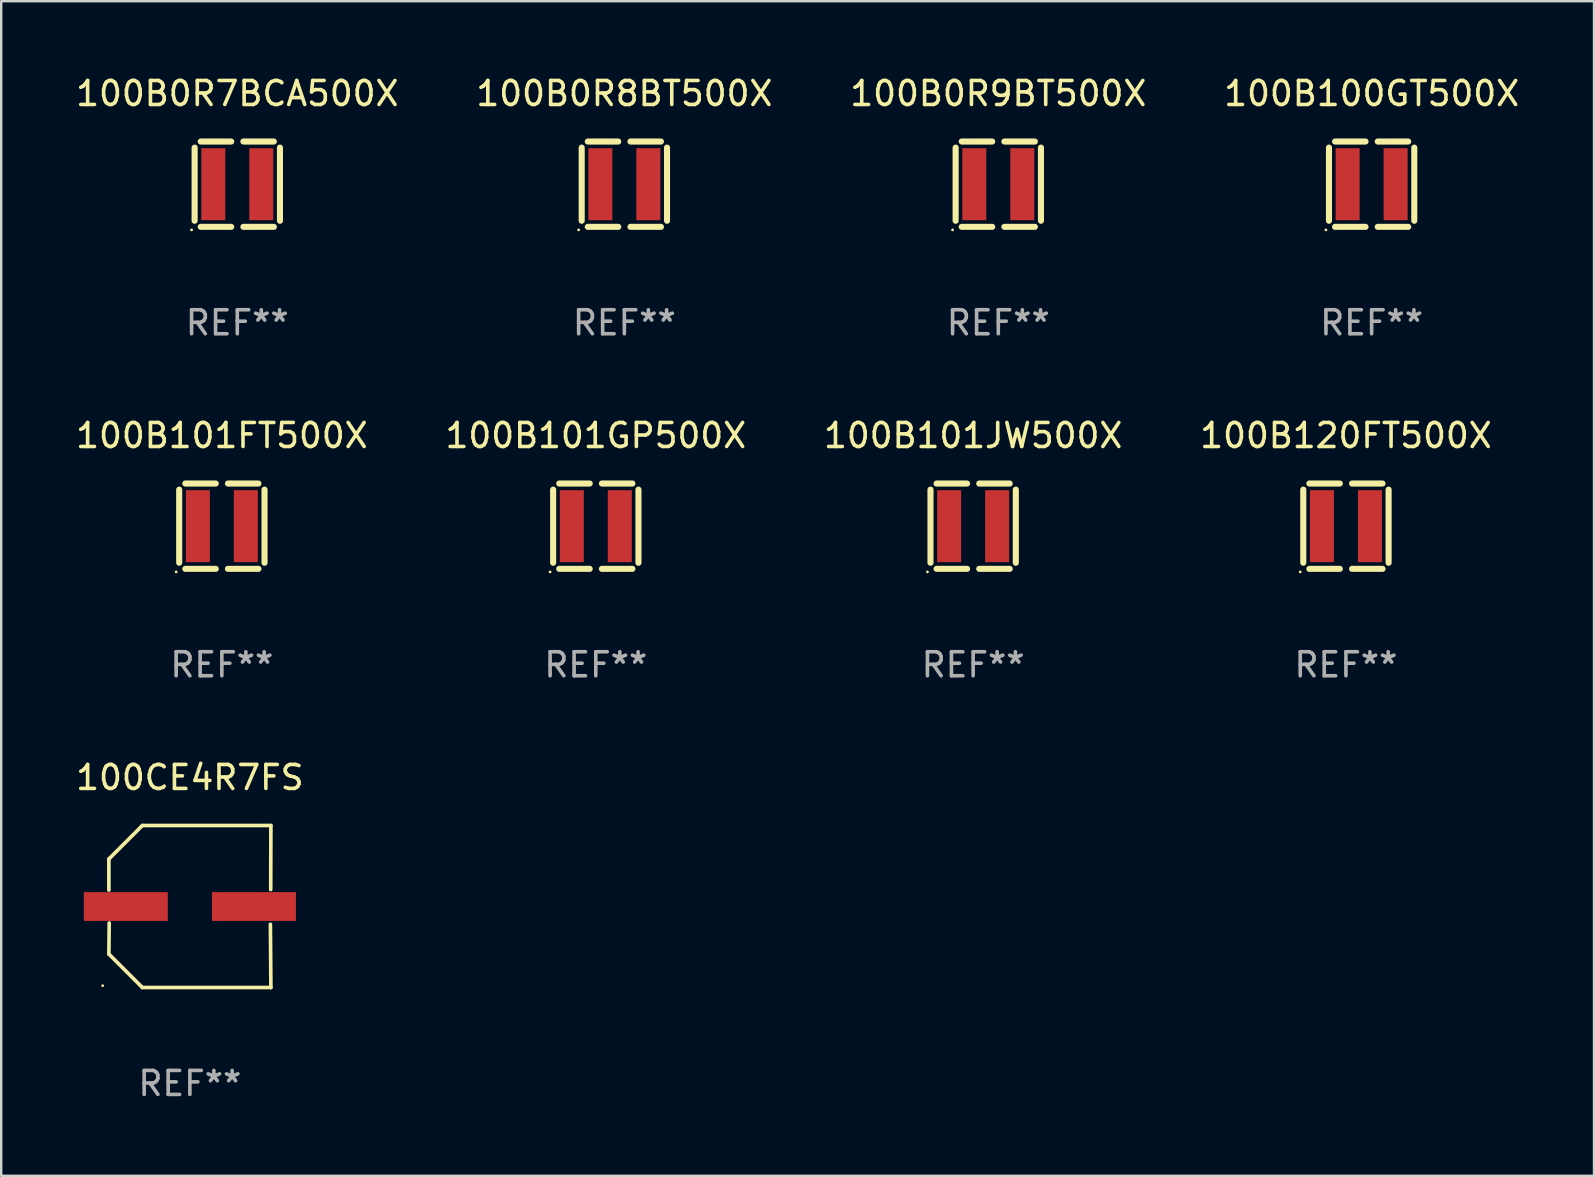
<source format=kicad_pcb>
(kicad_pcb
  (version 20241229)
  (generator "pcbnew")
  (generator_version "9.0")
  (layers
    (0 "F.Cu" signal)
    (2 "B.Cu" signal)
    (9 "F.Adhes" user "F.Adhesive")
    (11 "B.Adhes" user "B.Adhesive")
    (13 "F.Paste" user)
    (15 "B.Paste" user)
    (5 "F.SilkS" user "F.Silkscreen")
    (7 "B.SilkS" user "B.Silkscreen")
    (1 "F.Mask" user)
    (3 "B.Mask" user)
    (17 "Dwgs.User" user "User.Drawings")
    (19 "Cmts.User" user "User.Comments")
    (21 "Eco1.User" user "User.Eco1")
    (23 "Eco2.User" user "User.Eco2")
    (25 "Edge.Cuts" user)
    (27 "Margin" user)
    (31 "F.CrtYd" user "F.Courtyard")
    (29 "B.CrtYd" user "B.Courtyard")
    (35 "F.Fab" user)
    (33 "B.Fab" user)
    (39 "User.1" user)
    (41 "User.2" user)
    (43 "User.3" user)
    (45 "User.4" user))
  (footprint "100B0R9BT500X"
    (layer "F.Cu")
    (at 38.554 4.626)
    (property "Reference" "100B0R9BT500X" (at 0 -3.778 0) (layer "F.SilkS") (effects (font (size 1 1) (thickness 0.15))))
    (attr through_hole)
    (fp_line (start -1.778 -1.524) (end -1.778 1.524) (stroke (width 0.254) (type solid)) (layer "F.SilkS"))
    (fp_line (start -1.524 1.778) (end -0.254 1.778) (stroke (width 0.254) (type solid)) (layer "F.SilkS"))
    (fp_line (start -0.254 -1.778) (end -1.524 -1.778) (stroke (width 0.254) (type solid)) (layer "F.SilkS"))
    (fp_line (start 0.254 -1.778) (end 1.524 -1.778) (stroke (width 0.254) (type solid)) (layer "F.SilkS"))
    (fp_line (start 1.524 1.778) (end 0.254 1.778) (stroke (width 0.254) (type solid)) (layer "F.SilkS"))
    (fp_line (start 1.778 -1.524) (end 1.778 1.524) (stroke (width 0.254) (type solid)) (layer "F.SilkS"))
    (fp_circle (center -1.905 1.905) (end -1.875 1.905) (stroke (width 0.06) (type solid)) (fill no) (layer "F.SilkS"))
    (fp_text user "REF**" (at 0 5.778 0) (layer "F.Fab") (effects (font (size 1 1) (thickness 0.15))))
    (pad "1" smd rect (at -1 0) (size 1 3) (layers "F.Cu" "F.Mask" "F.Paste"))
    (pad "2" smd rect (at 1 0) (size 1 3) (layers "F.Cu" "F.Mask" "F.Paste")))
  (footprint "100B120FT500X"
    (layer "F.Cu")
    (at 53.042 18.879)
    (property "Reference" "100B120FT500X" (at 0 -3.778 0) (layer "F.SilkS") (effects (font (size 1 1) (thickness 0.15))))
    (attr through_hole)
    (fp_line (start -1.778 -1.524) (end -1.778 1.524) (stroke (width 0.254) (type solid)) (layer "F.SilkS"))
    (fp_line (start -1.524 1.778) (end -0.254 1.778) (stroke (width 0.254) (type solid)) (layer "F.SilkS"))
    (fp_line (start -0.254 -1.778) (end -1.524 -1.778) (stroke (width 0.254) (type solid)) (layer "F.SilkS"))
    (fp_line (start 0.254 -1.778) (end 1.524 -1.778) (stroke (width 0.254) (type solid)) (layer "F.SilkS"))
    (fp_line (start 1.524 1.778) (end 0.254 1.778) (stroke (width 0.254) (type solid)) (layer "F.SilkS"))
    (fp_line (start 1.778 -1.524) (end 1.778 1.524) (stroke (width 0.254) (type solid)) (layer "F.SilkS"))
    (fp_circle (center -1.905 1.905) (end -1.875 1.905) (stroke (width 0.06) (type solid)) (fill no) (layer "F.SilkS"))
    (fp_text user "REF**" (at 0 5.778 0) (layer "F.Fab") (effects (font (size 1 1) (thickness 0.15))))
    (pad "1" smd rect (at -1 0) (size 1 3) (layers "F.Cu" "F.Mask" "F.Paste"))
    (pad "2" smd rect (at 1 0) (size 1 3) (layers "F.Cu" "F.Mask" "F.Paste")))
  (footprint "100B101GP500X"
    (layer "F.Cu")
    (at 21.78 18.879)
    (property "Reference" "100B101GP500X" (at 0 -3.778 0) (layer "F.SilkS") (effects (font (size 1 1) (thickness 0.15))))
    (attr through_hole)
    (fp_line (start -1.778 -1.524) (end -1.778 1.524) (stroke (width 0.254) (type solid)) (layer "F.SilkS"))
    (fp_line (start -1.524 1.778) (end -0.254 1.778) (stroke (width 0.254) (type solid)) (layer "F.SilkS"))
    (fp_line (start -0.254 -1.778) (end -1.524 -1.778) (stroke (width 0.254) (type solid)) (layer "F.SilkS"))
    (fp_line (start 0.254 -1.778) (end 1.524 -1.778) (stroke (width 0.254) (type solid)) (layer "F.SilkS"))
    (fp_line (start 1.524 1.778) (end 0.254 1.778) (stroke (width 0.254) (type solid)) (layer "F.SilkS"))
    (fp_line (start 1.778 -1.524) (end 1.778 1.524) (stroke (width 0.254) (type solid)) (layer "F.SilkS"))
    (fp_circle (center -1.905 1.905) (end -1.875 1.905) (stroke (width 0.06) (type solid)) (fill no) (layer "F.SilkS"))
    (fp_text user "REF**" (at 0 5.778 0) (layer "F.Fab") (effects (font (size 1 1) (thickness 0.15))))
    (pad "1" smd rect (at -1 0) (size 1 3) (layers "F.Cu" "F.Mask" "F.Paste"))
    (pad "2" smd rect (at 1 0) (size 1 3) (layers "F.Cu" "F.Mask" "F.Paste")))
  (footprint "100CE4R7FS"
    (layer "F.Cu")
    (at 4.863 34.729)
    (property "Reference" "100CE4R7FS" (at 0 -5.376 0) (layer "F.SilkS") (effects (font (size 1 1) (thickness 0.15))))
    (attr through_hole)
    (fp_line (start -3.376 -1.98) (end -3.376 -0.686) (stroke (width 0.152) (type solid)) (layer "F.SilkS"))
    (fp_line (start -3.376 1.981) (end -3.362 0.686) (stroke (width 0.152) (type solid)) (layer "F.SilkS"))
    (fp_line (start -1.981 3.376) (end -3.376 1.981) (stroke (width 0.152) (type solid)) (layer "F.SilkS"))
    (fp_line (start -1.98 -3.376) (end -3.376 -1.98) (stroke (width 0.152) (type solid)) (layer "F.SilkS"))
    (fp_line (start 3.356 0.74) (end 3.376 3.376) (stroke (width 0.152) (type solid)) (layer "F.SilkS"))
    (fp_line (start 3.369 -0.707) (end 3.376 -3.376) (stroke (width 0.152) (type solid)) (layer "F.SilkS"))
    (fp_line (start 3.376 3.376) (end -1.981 3.376) (stroke (width 0.152) (type solid)) (layer "F.SilkS"))
    (fp_line (start 3.376 -3.376) (end -1.98 -3.376) (stroke (width 0.152) (type solid)) (layer "F.SilkS"))
    (fp_circle (center -3.634 3.3) (end -3.604 3.3) (stroke (width 0.06) (type solid)) (fill no) (layer "F.SilkS"))
    (fp_text user "REF**" (at 0 7.376 0) (layer "F.Fab") (effects (font (size 1 1) (thickness 0.15))))
    (pad "1" smd rect (at -2.67 0.000254) (size 3.5 1.2) (layers "F.Cu" "F.Mask" "F.Paste"))
    (pad "2" smd rect (at 2.67 0.000254) (size 3.5 1.2) (layers "F.Cu" "F.Mask" "F.Paste")))
  (footprint "100B101FT500X"
    (layer "F.Cu")
    (at 6.196 18.879)
    (property "Reference" "100B101FT500X" (at 0 -3.778 0) (layer "F.SilkS") (effects (font (size 1 1) (thickness 0.15))))
    (attr through_hole)
    (fp_line (start -1.778 -1.524) (end -1.778 1.524) (stroke (width 0.254) (type solid)) (layer "F.SilkS"))
    (fp_line (start -1.524 1.778) (end -0.254 1.778) (stroke (width 0.254) (type solid)) (layer "F.SilkS"))
    (fp_line (start -0.254 -1.778) (end -1.524 -1.778) (stroke (width 0.254) (type solid)) (layer "F.SilkS"))
    (fp_line (start 0.254 -1.778) (end 1.524 -1.778) (stroke (width 0.254) (type solid)) (layer "F.SilkS"))
    (fp_line (start 1.524 1.778) (end 0.254 1.778) (stroke (width 0.254) (type solid)) (layer "F.SilkS"))
    (fp_line (start 1.778 -1.524) (end 1.778 1.524) (stroke (width 0.254) (type solid)) (layer "F.SilkS"))
    (fp_circle (center -1.905 1.905) (end -1.875 1.905) (stroke (width 0.06) (type solid)) (fill no) (layer "F.SilkS"))
    (fp_text user "REF**" (at 0 5.778 0) (layer "F.Fab") (effects (font (size 1 1) (thickness 0.15))))
    (pad "1" smd rect (at -1 0) (size 1 3) (layers "F.Cu" "F.Mask" "F.Paste"))
    (pad "2" smd rect (at 1 0) (size 1 3) (layers "F.Cu" "F.Mask" "F.Paste")))
  (footprint "100B0R7BCA500X"
    (layer "F.Cu")
    (at 6.839 4.626)
    (property "Reference" "100B0R7BCA500X" (at 0 -3.778 0) (layer "F.SilkS") (effects (font (size 1 1) (thickness 0.15))))
    (attr through_hole)
    (fp_line (start -1.778 -1.524) (end -1.778 1.524) (stroke (width 0.254) (type solid)) (layer "F.SilkS"))
    (fp_line (start -1.524 1.778) (end -0.254 1.778) (stroke (width 0.254) (type solid)) (layer "F.SilkS"))
    (fp_line (start -0.254 -1.778) (end -1.524 -1.778) (stroke (width 0.254) (type solid)) (layer "F.SilkS"))
    (fp_line (start 0.254 -1.778) (end 1.524 -1.778) (stroke (width 0.254) (type solid)) (layer "F.SilkS"))
    (fp_line (start 1.524 1.778) (end 0.254 1.778) (stroke (width 0.254) (type solid)) (layer "F.SilkS"))
    (fp_line (start 1.778 -1.524) (end 1.778 1.524) (stroke (width 0.254) (type solid)) (layer "F.SilkS"))
    (fp_circle (center -1.905 1.905) (end -1.875 1.905) (stroke (width 0.06) (type solid)) (fill no) (layer "F.SilkS"))
    (fp_text user "REF**" (at 0 5.778 0) (layer "F.Fab") (effects (font (size 1 1) (thickness 0.15))))
    (pad "1" smd rect (at -1 0) (size 1 3) (layers "F.Cu" "F.Mask" "F.Paste"))
    (pad "2" smd rect (at 1 0) (size 1 3) (layers "F.Cu" "F.Mask" "F.Paste")))
  (footprint "100B101JW500X"
    (layer "F.Cu")
    (at 37.506 18.879)
    (property "Reference" "100B101JW500X" (at 0 -3.778 0) (layer "F.SilkS") (effects (font (size 1 1) (thickness 0.15))))
    (attr through_hole)
    (fp_line (start -1.778 -1.524) (end -1.778 1.524) (stroke (width 0.254) (type solid)) (layer "F.SilkS"))
    (fp_line (start -1.524 1.778) (end -0.254 1.778) (stroke (width 0.254) (type solid)) (layer "F.SilkS"))
    (fp_line (start -0.254 -1.778) (end -1.524 -1.778) (stroke (width 0.254) (type solid)) (layer "F.SilkS"))
    (fp_line (start 0.254 -1.778) (end 1.524 -1.778) (stroke (width 0.254) (type solid)) (layer "F.SilkS"))
    (fp_line (start 1.524 1.778) (end 0.254 1.778) (stroke (width 0.254) (type solid)) (layer "F.SilkS"))
    (fp_line (start 1.778 -1.524) (end 1.778 1.524) (stroke (width 0.254) (type solid)) (layer "F.SilkS"))
    (fp_circle (center -1.905 1.905) (end -1.875 1.905) (stroke (width 0.06) (type solid)) (fill no) (layer "F.SilkS"))
    (fp_text user "REF**" (at 0 5.778 0) (layer "F.Fab") (effects (font (size 1 1) (thickness 0.15))))
    (pad "1" smd rect (at -1 0) (size 1 3) (layers "F.Cu" "F.Mask" "F.Paste"))
    (pad "2" smd rect (at 1 0) (size 1 3) (layers "F.Cu" "F.Mask" "F.Paste")))
  (footprint "100B0R8BT500X"
    (layer "F.Cu")
    (at 22.97 4.626)
    (property "Reference" "100B0R8BT500X" (at 0 -3.778 0) (layer "F.SilkS") (effects (font (size 1 1) (thickness 0.15))))
    (attr through_hole)
    (fp_line (start -1.778 -1.524) (end -1.778 1.524) (stroke (width 0.254) (type solid)) (layer "F.SilkS"))
    (fp_line (start -1.524 1.778) (end -0.254 1.778) (stroke (width 0.254) (type solid)) (layer "F.SilkS"))
    (fp_line (start -0.254 -1.778) (end -1.524 -1.778) (stroke (width 0.254) (type solid)) (layer "F.SilkS"))
    (fp_line (start 0.254 -1.778) (end 1.524 -1.778) (stroke (width 0.254) (type solid)) (layer "F.SilkS"))
    (fp_line (start 1.524 1.778) (end 0.254 1.778) (stroke (width 0.254) (type solid)) (layer "F.SilkS"))
    (fp_line (start 1.778 -1.524) (end 1.778 1.524) (stroke (width 0.254) (type solid)) (layer "F.SilkS"))
    (fp_circle (center -1.905 1.905) (end -1.875 1.905) (stroke (width 0.06) (type solid)) (fill no) (layer "F.SilkS"))
    (fp_text user "REF**" (at 0 5.778 0) (layer "F.Fab") (effects (font (size 1 1) (thickness 0.15))))
    (pad "1" smd rect (at -1 0) (size 1 3) (layers "F.Cu" "F.Mask" "F.Paste"))
    (pad "2" smd rect (at 1 0) (size 1 3) (layers "F.Cu" "F.Mask" "F.Paste")))
  (footprint "100B100GT500X"
    (layer "F.Cu")
    (at 54.113 4.626)
    (property "Reference" "100B100GT500X" (at 0 -3.778 0) (layer "F.SilkS") (effects (font (size 1 1) (thickness 0.15))))
    (attr through_hole)
    (fp_line (start -1.778 -1.524) (end -1.778 1.524) (stroke (width 0.254) (type solid)) (layer "F.SilkS"))
    (fp_line (start -1.524 1.778) (end -0.254 1.778) (stroke (width 0.254) (type solid)) (layer "F.SilkS"))
    (fp_line (start -0.254 -1.778) (end -1.524 -1.778) (stroke (width 0.254) (type solid)) (layer "F.SilkS"))
    (fp_line (start 0.254 -1.778) (end 1.524 -1.778) (stroke (width 0.254) (type solid)) (layer "F.SilkS"))
    (fp_line (start 1.524 1.778) (end 0.254 1.778) (stroke (width 0.254) (type solid)) (layer "F.SilkS"))
    (fp_line (start 1.778 -1.524) (end 1.778 1.524) (stroke (width 0.254) (type solid)) (layer "F.SilkS"))
    (fp_circle (center -1.905 1.905) (end -1.875 1.905) (stroke (width 0.06) (type solid)) (fill no) (layer "F.SilkS"))
    (fp_text user "REF**" (at 0 5.778 0) (layer "F.Fab") (effects (font (size 1 1) (thickness 0.15))))
    (pad "1" smd rect (at -1 0) (size 1 3) (layers "F.Cu" "F.Mask" "F.Paste"))
    (pad "2" smd rect (at 1 0) (size 1 3) (layers "F.Cu" "F.Mask" "F.Paste")))
  (gr_rect
    (start -3 -3)
    (end 63.381 45.953)
    (stroke (width 0.1) (type default))
    (fill no)
    (layer "Edge.Cuts")))
</source>
